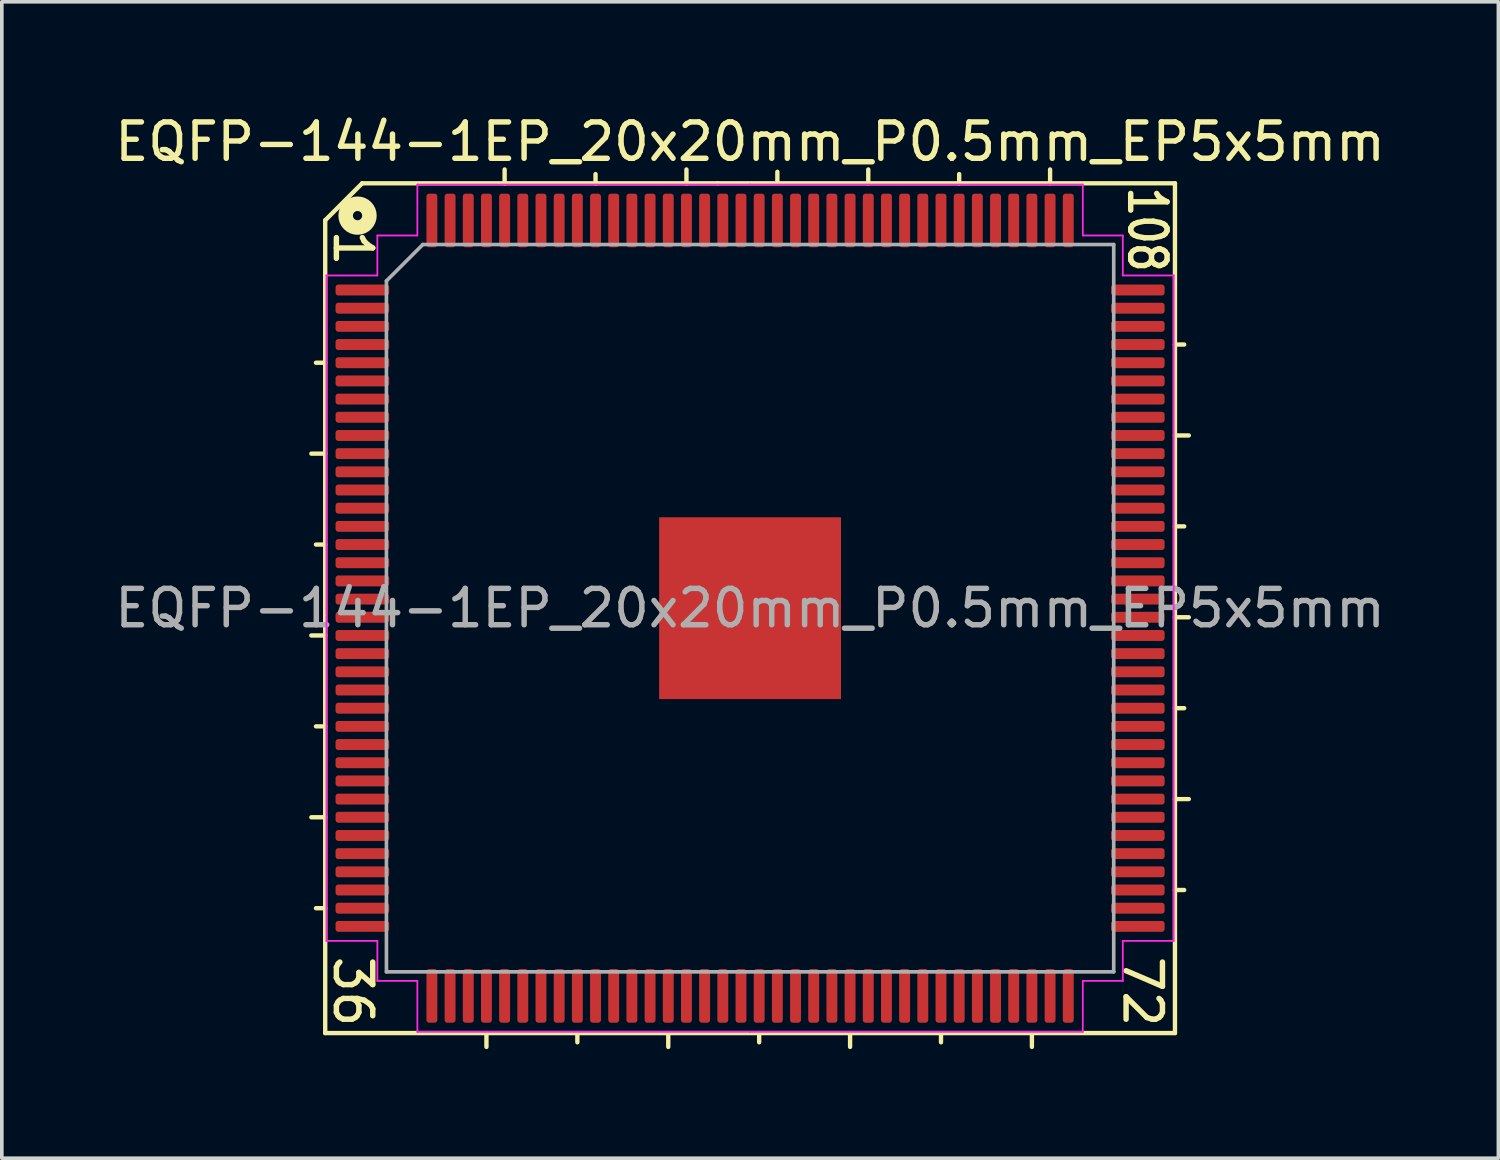
<source format=kicad_pcb>
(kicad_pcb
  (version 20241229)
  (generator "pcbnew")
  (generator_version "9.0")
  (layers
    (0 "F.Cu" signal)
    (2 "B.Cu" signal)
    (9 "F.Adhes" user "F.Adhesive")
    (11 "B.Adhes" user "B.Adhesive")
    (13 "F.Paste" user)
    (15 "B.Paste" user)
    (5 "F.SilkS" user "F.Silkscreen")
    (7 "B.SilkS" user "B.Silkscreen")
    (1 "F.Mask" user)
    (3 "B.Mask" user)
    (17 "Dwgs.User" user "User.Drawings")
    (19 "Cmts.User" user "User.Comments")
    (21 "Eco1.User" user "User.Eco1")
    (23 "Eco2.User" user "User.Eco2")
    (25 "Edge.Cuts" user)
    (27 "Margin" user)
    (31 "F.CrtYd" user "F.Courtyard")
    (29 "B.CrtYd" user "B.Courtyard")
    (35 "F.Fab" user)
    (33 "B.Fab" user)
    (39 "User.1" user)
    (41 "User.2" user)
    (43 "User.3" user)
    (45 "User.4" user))
  (footprint "EQFP-144-1EP_20x20mm_P0.5mm_EP5x5mm"
    (layer "F.Cu")
    (at 17.577 13.675)
    (property "Reference" "EQFP-144-1EP_20x20mm_P0.5mm_EP5x5mm" (at 0 -12.827 0) (layer "F.SilkS") (effects (font (size 1 1) (thickness 0.15))))
    (attr smd)
    (fp_line (start -11.684 -10.668) (end -11.684 11.684) (stroke (width 0.12) (type solid)) (layer "F.SilkS"))
    (fp_line (start -11.684 -6.75) (end -11.938 -6.75) (stroke (width 0.12) (type solid)) (layer "F.SilkS"))
    (fp_line (start -11.684 -4.25) (end -12.065 -4.25) (stroke (width 0.12) (type solid)) (layer "F.SilkS"))
    (fp_line (start -11.684 -1.75) (end -11.938 -1.75) (stroke (width 0.12) (type solid)) (layer "F.SilkS"))
    (fp_line (start -11.684 0.75) (end -12.065 0.75) (stroke (width 0.12) (type solid)) (layer "F.SilkS"))
    (fp_line (start -11.684 3.25) (end -11.938 3.25) (stroke (width 0.12) (type solid)) (layer "F.SilkS"))
    (fp_line (start -11.684 5.75) (end -12.065 5.75) (stroke (width 0.12) (type solid)) (layer "F.SilkS"))
    (fp_line (start -11.684 8.25) (end -11.938 8.25) (stroke (width 0.12) (type solid)) (layer "F.SilkS"))
    (fp_line (start -11.684 11.684) (end 11.684 11.684) (stroke (width 0.12) (type solid)) (layer "F.SilkS"))
    (fp_line (start -10.668 -11.684) (end -11.684 -10.668) (stroke (width 0.12) (type solid)) (layer "F.SilkS"))
    (fp_line (start -7.25 11.684) (end -7.25 12.065) (stroke (width 0.12) (type solid)) (layer "F.SilkS"))
    (fp_line (start -6.75 -11.684) (end -6.75 -12.065) (stroke (width 0.12) (type solid)) (layer "F.SilkS"))
    (fp_line (start -4.75 11.684) (end -4.75 11.938) (stroke (width 0.12) (type solid)) (layer "F.SilkS"))
    (fp_line (start -4.25 -11.684) (end -4.25 -11.938) (stroke (width 0.12) (type solid)) (layer "F.SilkS"))
    (fp_line (start -2.25 11.684) (end -2.25 12.065) (stroke (width 0.12) (type solid)) (layer "F.SilkS"))
    (fp_line (start -1.75 -11.684) (end -1.75 -12.065) (stroke (width 0.12) (type solid)) (layer "F.SilkS"))
    (fp_line (start -0.889 -11.684) (end -10.668 -11.684) (stroke (width 0.12) (type solid)) (layer "F.SilkS"))
    (fp_line (start 0.25 11.684) (end 0.25 11.938) (stroke (width 0.12) (type solid)) (layer "F.SilkS"))
    (fp_line (start 0.75 -11.75) (end 0.75 -12) (stroke (width 0.12) (type solid)) (layer "F.SilkS"))
    (fp_line (start 2.75 11.684) (end 2.75 12.065) (stroke (width 0.12) (type solid)) (layer "F.SilkS"))
    (fp_line (start 3.25 -11.684) (end 3.25 -12.065) (stroke (width 0.12) (type solid)) (layer "F.SilkS"))
    (fp_line (start 5.25 11.684) (end 5.25 11.938) (stroke (width 0.12) (type solid)) (layer "F.SilkS"))
    (fp_line (start 5.75 -11.684) (end 5.75 -11.938) (stroke (width 0.12) (type solid)) (layer "F.SilkS"))
    (fp_line (start 7.75 11.684) (end 7.75 12.065) (stroke (width 0.12) (type solid)) (layer "F.SilkS"))
    (fp_line (start 8.25 -11.684) (end 8.25 -12.065) (stroke (width 0.12) (type solid)) (layer "F.SilkS"))
    (fp_line (start 11.684 -11.684) (end -0.889 -11.684) (stroke (width 0.12) (type solid)) (layer "F.SilkS"))
    (fp_line (start 11.684 -7.25) (end 11.938 -7.25) (stroke (width 0.12) (type solid)) (layer "F.SilkS"))
    (fp_line (start 11.684 -4.75) (end 12.065 -4.75) (stroke (width 0.12) (type solid)) (layer "F.SilkS"))
    (fp_line (start 11.684 -2.25) (end 11.938 -2.25) (stroke (width 0.12) (type solid)) (layer "F.SilkS"))
    (fp_line (start 11.684 0.25) (end 12.065 0.25) (stroke (width 0.12) (type solid)) (layer "F.SilkS"))
    (fp_line (start 11.684 2.75) (end 11.938 2.75) (stroke (width 0.12) (type solid)) (layer "F.SilkS"))
    (fp_line (start 11.684 5.25) (end 12.065 5.25) (stroke (width 0.12) (type solid)) (layer "F.SilkS"))
    (fp_line (start 11.684 7.75) (end 11.938 7.75) (stroke (width 0.12) (type solid)) (layer "F.SilkS"))
    (fp_line (start 11.684 11.684) (end 11.684 -11.684) (stroke (width 0.12) (type solid)) (layer "F.SilkS"))
    (fp_circle (center -10.795 -10.795) (end -10.668 -10.795) (stroke (width 0.4) (type solid)) (fill no) (layer "F.SilkS"))
    (fp_line (start -11.65 -9.15) (end -11.65 0) (stroke (width 0.05) (type solid)) (layer "F.CrtYd"))
    (fp_line (start -11.65 9.15) (end -11.65 0) (stroke (width 0.05) (type solid)) (layer "F.CrtYd"))
    (fp_line (start -10.25 -10.25) (end -10.25 -9.15) (stroke (width 0.05) (type solid)) (layer "F.CrtYd"))
    (fp_line (start -10.25 -9.15) (end -11.65 -9.15) (stroke (width 0.05) (type solid)) (layer "F.CrtYd"))
    (fp_line (start -10.25 9.15) (end -11.65 9.15) (stroke (width 0.05) (type solid)) (layer "F.CrtYd"))
    (fp_line (start -10.25 10.25) (end -10.25 9.15) (stroke (width 0.05) (type solid)) (layer "F.CrtYd"))
    (fp_line (start -9.15 -11.65) (end -9.15 -10.25) (stroke (width 0.05) (type solid)) (layer "F.CrtYd"))
    (fp_line (start -9.15 -10.25) (end -10.25 -10.25) (stroke (width 0.05) (type solid)) (layer "F.CrtYd"))
    (fp_line (start -9.15 10.25) (end -10.25 10.25) (stroke (width 0.05) (type solid)) (layer "F.CrtYd"))
    (fp_line (start -9.15 11.65) (end -9.15 10.25) (stroke (width 0.05) (type solid)) (layer "F.CrtYd"))
    (fp_line (start 0 -11.65) (end -9.15 -11.65) (stroke (width 0.05) (type solid)) (layer "F.CrtYd"))
    (fp_line (start 0 -11.65) (end 9.15 -11.65) (stroke (width 0.05) (type solid)) (layer "F.CrtYd"))
    (fp_line (start 0 11.65) (end -9.15 11.65) (stroke (width 0.05) (type solid)) (layer "F.CrtYd"))
    (fp_line (start 0 11.65) (end 9.15 11.65) (stroke (width 0.05) (type solid)) (layer "F.CrtYd"))
    (fp_line (start 9.15 -11.65) (end 9.15 -10.25) (stroke (width 0.05) (type solid)) (layer "F.CrtYd"))
    (fp_line (start 9.15 -10.25) (end 10.25 -10.25) (stroke (width 0.05) (type solid)) (layer "F.CrtYd"))
    (fp_line (start 9.15 10.25) (end 10.25 10.25) (stroke (width 0.05) (type solid)) (layer "F.CrtYd"))
    (fp_line (start 9.15 11.65) (end 9.15 10.25) (stroke (width 0.05) (type solid)) (layer "F.CrtYd"))
    (fp_line (start 10.25 -10.25) (end 10.25 -9.15) (stroke (width 0.05) (type solid)) (layer "F.CrtYd"))
    (fp_line (start 10.25 -9.15) (end 11.65 -9.15) (stroke (width 0.05) (type solid)) (layer "F.CrtYd"))
    (fp_line (start 10.25 9.15) (end 11.65 9.15) (stroke (width 0.05) (type solid)) (layer "F.CrtYd"))
    (fp_line (start 10.25 10.25) (end 10.25 9.15) (stroke (width 0.05) (type solid)) (layer "F.CrtYd"))
    (fp_line (start 11.65 -9.15) (end 11.65 0) (stroke (width 0.05) (type solid)) (layer "F.CrtYd"))
    (fp_line (start 11.65 9.15) (end 11.65 0) (stroke (width 0.05) (type solid)) (layer "F.CrtYd"))
    (fp_line (start -10 -9) (end -9 -10) (stroke (width 0.1) (type solid)) (layer "F.Fab"))
    (fp_line (start -10 10) (end -10 -9) (stroke (width 0.1) (type solid)) (layer "F.Fab"))
    (fp_line (start -9 -10) (end 10 -10) (stroke (width 0.1) (type solid)) (layer "F.Fab"))
    (fp_line (start 10 -10) (end 10 10) (stroke (width 0.1) (type solid)) (layer "F.Fab"))
    (fp_line (start 10 10) (end -10 10) (stroke (width 0.1) (type solid)) (layer "F.Fab"))
    (fp_text user "1" (at -10.922 -9.906 270) (unlocked yes) (layer "F.SilkS") (effects (font (size 1 1) (thickness 0.15))))
    (fp_text user "36" (at -10.922 10.541 270) (unlocked yes) (layer "F.SilkS") (effects (font (size 1 1) (thickness 0.15))))
    (fp_text user "72" (at 10.795 10.541 270) (unlocked yes) (layer "F.SilkS") (effects (font (size 1 1) (thickness 0.15))))
    (fp_text user "108" (at 10.922 -10.414 270) (unlocked yes) (layer "F.SilkS") (effects (font (size 1 0.8) (thickness 0.15))))
    (fp_text user "${REFERENCE}" (at 0 0 0) (layer "F.Fab") (effects (font (size 1 1) (thickness 0.15))))
    (pad "" smd roundrect (at -1.875 -1.875) (size 1.01 1.01) (layers "F.Paste") (roundrect_rratio 0.248))
    (pad "" smd roundrect (at -1.875 -0.625) (size 1.01 1.01) (layers "F.Paste") (roundrect_rratio 0.248))
    (pad "" smd roundrect (at -1.875 0.625) (size 1.01 1.01) (layers "F.Paste") (roundrect_rratio 0.248))
    (pad "" smd roundrect (at -1.875 1.875) (size 1.01 1.01) (layers "F.Paste") (roundrect_rratio 0.248))
    (pad "" smd roundrect (at -0.625 -1.875) (size 1.01 1.01) (layers "F.Paste") (roundrect_rratio 0.248))
    (pad "" smd roundrect (at -0.625 -0.625) (size 1.01 1.01) (layers "F.Paste") (roundrect_rratio 0.248))
    (pad "" smd roundrect (at -0.625 0.625) (size 1.01 1.01) (layers "F.Paste") (roundrect_rratio 0.248))
    (pad "" smd roundrect (at -0.625 1.875) (size 1.01 1.01) (layers "F.Paste") (roundrect_rratio 0.248))
    (pad "" smd roundrect (at 0.625 -1.875) (size 1.01 1.01) (layers "F.Paste") (roundrect_rratio 0.248))
    (pad "" smd roundrect (at 0.625 -0.625) (size 1.01 1.01) (layers "F.Paste") (roundrect_rratio 0.248))
    (pad "" smd roundrect (at 0.625 0.625) (size 1.01 1.01) (layers "F.Paste") (roundrect_rratio 0.248))
    (pad "" smd roundrect (at 0.625 1.875) (size 1.01 1.01) (layers "F.Paste") (roundrect_rratio 0.248))
    (pad "" smd roundrect (at 1.875 -1.875) (size 1.01 1.01) (layers "F.Paste") (roundrect_rratio 0.248))
    (pad "" smd roundrect (at 1.875 -0.625) (size 1.01 1.01) (layers "F.Paste") (roundrect_rratio 0.248))
    (pad "" smd roundrect (at 1.875 0.625) (size 1.01 1.01) (layers "F.Paste") (roundrect_rratio 0.248))
    (pad "" smd roundrect (at 1.875 1.875) (size 1.01 1.01) (layers "F.Paste") (roundrect_rratio 0.248))
    (pad "1" smd roundrect (at -10.662 -8.75) (size 1.475 0.3) (layers "F.Cu" "F.Mask" "F.Paste") (roundrect_rratio 0.25))
    (pad "2" smd roundrect (at -10.662 -8.25) (size 1.475 0.3) (layers "F.Cu" "F.Mask" "F.Paste") (roundrect_rratio 0.25))
    (pad "3" smd roundrect (at -10.662 -7.75) (size 1.475 0.3) (layers "F.Cu" "F.Mask" "F.Paste") (roundrect_rratio 0.25))
    (pad "4" smd roundrect (at -10.662 -7.25) (size 1.475 0.3) (layers "F.Cu" "F.Mask" "F.Paste") (roundrect_rratio 0.25))
    (pad "5" smd roundrect (at -10.662 -6.75) (size 1.475 0.3) (layers "F.Cu" "F.Mask" "F.Paste") (roundrect_rratio 0.25))
    (pad "6" smd roundrect (at -10.662 -6.25) (size 1.475 0.3) (layers "F.Cu" "F.Mask" "F.Paste") (roundrect_rratio 0.25))
    (pad "7" smd roundrect (at -10.662 -5.75) (size 1.475 0.3) (layers "F.Cu" "F.Mask" "F.Paste") (roundrect_rratio 0.25))
    (pad "8" smd roundrect (at -10.662 -5.25) (size 1.475 0.3) (layers "F.Cu" "F.Mask" "F.Paste") (roundrect_rratio 0.25))
    (pad "9" smd roundrect (at -10.662 -4.75) (size 1.475 0.3) (layers "F.Cu" "F.Mask" "F.Paste") (roundrect_rratio 0.25))
    (pad "10" smd roundrect (at -10.662 -4.25) (size 1.475 0.3) (layers "F.Cu" "F.Mask" "F.Paste") (roundrect_rratio 0.25))
    (pad "11" smd roundrect (at -10.662 -3.75) (size 1.475 0.3) (layers "F.Cu" "F.Mask" "F.Paste") (roundrect_rratio 0.25))
    (pad "12" smd roundrect (at -10.662 -3.25) (size 1.475 0.3) (layers "F.Cu" "F.Mask" "F.Paste") (roundrect_rratio 0.25))
    (pad "13" smd roundrect (at -10.662 -2.75) (size 1.475 0.3) (layers "F.Cu" "F.Mask" "F.Paste") (roundrect_rratio 0.25))
    (pad "14" smd roundrect (at -10.662 -2.25) (size 1.475 0.3) (layers "F.Cu" "F.Mask" "F.Paste") (roundrect_rratio 0.25))
    (pad "15" smd roundrect (at -10.662 -1.75) (size 1.475 0.3) (layers "F.Cu" "F.Mask" "F.Paste") (roundrect_rratio 0.25))
    (pad "16" smd roundrect (at -10.662 -1.25) (size 1.475 0.3) (layers "F.Cu" "F.Mask" "F.Paste") (roundrect_rratio 0.25))
    (pad "17" smd roundrect (at -10.662 -0.75) (size 1.475 0.3) (layers "F.Cu" "F.Mask" "F.Paste") (roundrect_rratio 0.25))
    (pad "18" smd roundrect (at -10.662 -0.25) (size 1.475 0.3) (layers "F.Cu" "F.Mask" "F.Paste") (roundrect_rratio 0.25))
    (pad "19" smd roundrect (at -10.662 0.25) (size 1.475 0.3) (layers "F.Cu" "F.Mask" "F.Paste") (roundrect_rratio 0.25))
    (pad "20" smd roundrect (at -10.662 0.75) (size 1.475 0.3) (layers "F.Cu" "F.Mask" "F.Paste") (roundrect_rratio 0.25))
    (pad "21" smd roundrect (at -10.662 1.25) (size 1.475 0.3) (layers "F.Cu" "F.Mask" "F.Paste") (roundrect_rratio 0.25))
    (pad "22" smd roundrect (at -10.662 1.75) (size 1.475 0.3) (layers "F.Cu" "F.Mask" "F.Paste") (roundrect_rratio 0.25))
    (pad "23" smd roundrect (at -10.662 2.25) (size 1.475 0.3) (layers "F.Cu" "F.Mask" "F.Paste") (roundrect_rratio 0.25))
    (pad "24" smd roundrect (at -10.662 2.75) (size 1.475 0.3) (layers "F.Cu" "F.Mask" "F.Paste") (roundrect_rratio 0.25))
    (pad "25" smd roundrect (at -10.662 3.25) (size 1.475 0.3) (layers "F.Cu" "F.Mask" "F.Paste") (roundrect_rratio 0.25))
    (pad "26" smd roundrect (at -10.662 3.75) (size 1.475 0.3) (layers "F.Cu" "F.Mask" "F.Paste") (roundrect_rratio 0.25))
    (pad "27" smd roundrect (at -10.662 4.25) (size 1.475 0.3) (layers "F.Cu" "F.Mask" "F.Paste") (roundrect_rratio 0.25))
    (pad "28" smd roundrect (at -10.662 4.75) (size 1.475 0.3) (layers "F.Cu" "F.Mask" "F.Paste") (roundrect_rratio 0.25))
    (pad "29" smd roundrect (at -10.662 5.25) (size 1.475 0.3) (layers "F.Cu" "F.Mask" "F.Paste") (roundrect_rratio 0.25))
    (pad "30" smd roundrect (at -10.662 5.75) (size 1.475 0.3) (layers "F.Cu" "F.Mask" "F.Paste") (roundrect_rratio 0.25))
    (pad "31" smd roundrect (at -10.662 6.25) (size 1.475 0.3) (layers "F.Cu" "F.Mask" "F.Paste") (roundrect_rratio 0.25))
    (pad "32" smd roundrect (at -10.662 6.75) (size 1.475 0.3) (layers "F.Cu" "F.Mask" "F.Paste") (roundrect_rratio 0.25))
    (pad "33" smd roundrect (at -10.662 7.25) (size 1.475 0.3) (layers "F.Cu" "F.Mask" "F.Paste") (roundrect_rratio 0.25))
    (pad "34" smd roundrect (at -10.662 7.75) (size 1.475 0.3) (layers "F.Cu" "F.Mask" "F.Paste") (roundrect_rratio 0.25))
    (pad "35" smd roundrect (at -10.662 8.25) (size 1.475 0.3) (layers "F.Cu" "F.Mask" "F.Paste") (roundrect_rratio 0.25))
    (pad "36" smd roundrect (at -10.662 8.75) (size 1.475 0.3) (layers "F.Cu" "F.Mask" "F.Paste") (roundrect_rratio 0.25))
    (pad "37" smd roundrect (at -8.75 10.662) (size 0.3 1.475) (layers "F.Cu" "F.Mask" "F.Paste") (roundrect_rratio 0.25))
    (pad "38" smd roundrect (at -8.25 10.662) (size 0.3 1.475) (layers "F.Cu" "F.Mask" "F.Paste") (roundrect_rratio 0.25))
    (pad "39" smd roundrect (at -7.75 10.662) (size 0.3 1.475) (layers "F.Cu" "F.Mask" "F.Paste") (roundrect_rratio 0.25))
    (pad "40" smd roundrect (at -7.25 10.662) (size 0.3 1.475) (layers "F.Cu" "F.Mask" "F.Paste") (roundrect_rratio 0.25))
    (pad "41" smd roundrect (at -6.75 10.662) (size 0.3 1.475) (layers "F.Cu" "F.Mask" "F.Paste") (roundrect_rratio 0.25))
    (pad "42" smd roundrect (at -6.25 10.662) (size 0.3 1.475) (layers "F.Cu" "F.Mask" "F.Paste") (roundrect_rratio 0.25))
    (pad "43" smd roundrect (at -5.75 10.662) (size 0.3 1.475) (layers "F.Cu" "F.Mask" "F.Paste") (roundrect_rratio 0.25))
    (pad "44" smd roundrect (at -5.25 10.662) (size 0.3 1.475) (layers "F.Cu" "F.Mask" "F.Paste") (roundrect_rratio 0.25))
    (pad "45" smd roundrect (at -4.75 10.662) (size 0.3 1.475) (layers "F.Cu" "F.Mask" "F.Paste") (roundrect_rratio 0.25))
    (pad "46" smd roundrect (at -4.25 10.662) (size 0.3 1.475) (layers "F.Cu" "F.Mask" "F.Paste") (roundrect_rratio 0.25))
    (pad "47" smd roundrect (at -3.75 10.662) (size 0.3 1.475) (layers "F.Cu" "F.Mask" "F.Paste") (roundrect_rratio 0.25))
    (pad "48" smd roundrect (at -3.25 10.662) (size 0.3 1.475) (layers "F.Cu" "F.Mask" "F.Paste") (roundrect_rratio 0.25))
    (pad "49" smd roundrect (at -2.75 10.662) (size 0.3 1.475) (layers "F.Cu" "F.Mask" "F.Paste") (roundrect_rratio 0.25))
    (pad "50" smd roundrect (at -2.25 10.662) (size 0.3 1.475) (layers "F.Cu" "F.Mask" "F.Paste") (roundrect_rratio 0.25))
    (pad "51" smd roundrect (at -1.75 10.662) (size 0.3 1.475) (layers "F.Cu" "F.Mask" "F.Paste") (roundrect_rratio 0.25))
    (pad "52" smd roundrect (at -1.25 10.662) (size 0.3 1.475) (layers "F.Cu" "F.Mask" "F.Paste") (roundrect_rratio 0.25))
    (pad "53" smd roundrect (at -0.75 10.662) (size 0.3 1.475) (layers "F.Cu" "F.Mask" "F.Paste") (roundrect_rratio 0.25))
    (pad "54" smd roundrect (at -0.25 10.662) (size 0.3 1.475) (layers "F.Cu" "F.Mask" "F.Paste") (roundrect_rratio 0.25))
    (pad "55" smd roundrect (at 0.25 10.662) (size 0.3 1.475) (layers "F.Cu" "F.Mask" "F.Paste") (roundrect_rratio 0.25))
    (pad "56" smd roundrect (at 0.75 10.662) (size 0.3 1.475) (layers "F.Cu" "F.Mask" "F.Paste") (roundrect_rratio 0.25))
    (pad "57" smd roundrect (at 1.25 10.662) (size 0.3 1.475) (layers "F.Cu" "F.Mask" "F.Paste") (roundrect_rratio 0.25))
    (pad "58" smd roundrect (at 1.75 10.662) (size 0.3 1.475) (layers "F.Cu" "F.Mask" "F.Paste") (roundrect_rratio 0.25))
    (pad "59" smd roundrect (at 2.25 10.662) (size 0.3 1.475) (layers "F.Cu" "F.Mask" "F.Paste") (roundrect_rratio 0.25))
    (pad "60" smd roundrect (at 2.75 10.662) (size 0.3 1.475) (layers "F.Cu" "F.Mask" "F.Paste") (roundrect_rratio 0.25))
    (pad "61" smd roundrect (at 3.25 10.662) (size 0.3 1.475) (layers "F.Cu" "F.Mask" "F.Paste") (roundrect_rratio 0.25))
    (pad "62" smd roundrect (at 3.75 10.662) (size 0.3 1.475) (layers "F.Cu" "F.Mask" "F.Paste") (roundrect_rratio 0.25))
    (pad "63" smd roundrect (at 4.25 10.662) (size 0.3 1.475) (layers "F.Cu" "F.Mask" "F.Paste") (roundrect_rratio 0.25))
    (pad "64" smd roundrect (at 4.75 10.662) (size 0.3 1.475) (layers "F.Cu" "F.Mask" "F.Paste") (roundrect_rratio 0.25))
    (pad "65" smd roundrect (at 5.25 10.662) (size 0.3 1.475) (layers "F.Cu" "F.Mask" "F.Paste") (roundrect_rratio 0.25))
    (pad "66" smd roundrect (at 5.75 10.662) (size 0.3 1.475) (layers "F.Cu" "F.Mask" "F.Paste") (roundrect_rratio 0.25))
    (pad "67" smd roundrect (at 6.25 10.662) (size 0.3 1.475) (layers "F.Cu" "F.Mask" "F.Paste") (roundrect_rratio 0.25))
    (pad "68" smd roundrect (at 6.75 10.662) (size 0.3 1.475) (layers "F.Cu" "F.Mask" "F.Paste") (roundrect_rratio 0.25))
    (pad "69" smd roundrect (at 7.25 10.662) (size 0.3 1.475) (layers "F.Cu" "F.Mask" "F.Paste") (roundrect_rratio 0.25))
    (pad "70" smd roundrect (at 7.75 10.662) (size 0.3 1.475) (layers "F.Cu" "F.Mask" "F.Paste") (roundrect_rratio 0.25))
    (pad "71" smd roundrect (at 8.25 10.662) (size 0.3 1.475) (layers "F.Cu" "F.Mask" "F.Paste") (roundrect_rratio 0.25))
    (pad "72" smd roundrect (at 8.75 10.662) (size 0.3 1.475) (layers "F.Cu" "F.Mask" "F.Paste") (roundrect_rratio 0.25))
    (pad "73" smd roundrect (at 10.662 8.75) (size 1.475 0.3) (layers "F.Cu" "F.Mask" "F.Paste") (roundrect_rratio 0.25))
    (pad "74" smd roundrect (at 10.662 8.25) (size 1.475 0.3) (layers "F.Cu" "F.Mask" "F.Paste") (roundrect_rratio 0.25))
    (pad "75" smd roundrect (at 10.662 7.75) (size 1.475 0.3) (layers "F.Cu" "F.Mask" "F.Paste") (roundrect_rratio 0.25))
    (pad "76" smd roundrect (at 10.662 7.25) (size 1.475 0.3) (layers "F.Cu" "F.Mask" "F.Paste") (roundrect_rratio 0.25))
    (pad "77" smd roundrect (at 10.662 6.75) (size 1.475 0.3) (layers "F.Cu" "F.Mask" "F.Paste") (roundrect_rratio 0.25))
    (pad "78" smd roundrect (at 10.662 6.25) (size 1.475 0.3) (layers "F.Cu" "F.Mask" "F.Paste") (roundrect_rratio 0.25))
    (pad "79" smd roundrect (at 10.662 5.75) (size 1.475 0.3) (layers "F.Cu" "F.Mask" "F.Paste") (roundrect_rratio 0.25))
    (pad "80" smd roundrect (at 10.662 5.25) (size 1.475 0.3) (layers "F.Cu" "F.Mask" "F.Paste") (roundrect_rratio 0.25))
    (pad "81" smd roundrect (at 10.662 4.75) (size 1.475 0.3) (layers "F.Cu" "F.Mask" "F.Paste") (roundrect_rratio 0.25))
    (pad "82" smd roundrect (at 10.662 4.25) (size 1.475 0.3) (layers "F.Cu" "F.Mask" "F.Paste") (roundrect_rratio 0.25))
    (pad "83" smd roundrect (at 10.662 3.75) (size 1.475 0.3) (layers "F.Cu" "F.Mask" "F.Paste") (roundrect_rratio 0.25))
    (pad "84" smd roundrect (at 10.662 3.25) (size 1.475 0.3) (layers "F.Cu" "F.Mask" "F.Paste") (roundrect_rratio 0.25))
    (pad "85" smd roundrect (at 10.662 2.75) (size 1.475 0.3) (layers "F.Cu" "F.Mask" "F.Paste") (roundrect_rratio 0.25))
    (pad "86" smd roundrect (at 10.662 2.25) (size 1.475 0.3) (layers "F.Cu" "F.Mask" "F.Paste") (roundrect_rratio 0.25))
    (pad "87" smd roundrect (at 10.662 1.75) (size 1.475 0.3) (layers "F.Cu" "F.Mask" "F.Paste") (roundrect_rratio 0.25))
    (pad "88" smd roundrect (at 10.662 1.25) (size 1.475 0.3) (layers "F.Cu" "F.Mask" "F.Paste") (roundrect_rratio 0.25))
    (pad "89" smd roundrect (at 10.662 0.75) (size 1.475 0.3) (layers "F.Cu" "F.Mask" "F.Paste") (roundrect_rratio 0.25))
    (pad "90" smd roundrect (at 10.662 0.25) (size 1.475 0.3) (layers "F.Cu" "F.Mask" "F.Paste") (roundrect_rratio 0.25))
    (pad "91" smd roundrect (at 10.662 -0.25) (size 1.475 0.3) (layers "F.Cu" "F.Mask" "F.Paste") (roundrect_rratio 0.25))
    (pad "92" smd roundrect (at 10.662 -0.75) (size 1.475 0.3) (layers "F.Cu" "F.Mask" "F.Paste") (roundrect_rratio 0.25))
    (pad "93" smd roundrect (at 10.662 -1.25) (size 1.475 0.3) (layers "F.Cu" "F.Mask" "F.Paste") (roundrect_rratio 0.25))
    (pad "94" smd roundrect (at 10.662 -1.75) (size 1.475 0.3) (layers "F.Cu" "F.Mask" "F.Paste") (roundrect_rratio 0.25))
    (pad "95" smd roundrect (at 10.662 -2.25) (size 1.475 0.3) (layers "F.Cu" "F.Mask" "F.Paste") (roundrect_rratio 0.25))
    (pad "96" smd roundrect (at 10.662 -2.75) (size 1.475 0.3) (layers "F.Cu" "F.Mask" "F.Paste") (roundrect_rratio 0.25))
    (pad "97" smd roundrect (at 10.662 -3.25) (size 1.475 0.3) (layers "F.Cu" "F.Mask" "F.Paste") (roundrect_rratio 0.25))
    (pad "98" smd roundrect (at 10.662 -3.75) (size 1.475 0.3) (layers "F.Cu" "F.Mask" "F.Paste") (roundrect_rratio 0.25))
    (pad "99" smd roundrect (at 10.662 -4.25) (size 1.475 0.3) (layers "F.Cu" "F.Mask" "F.Paste") (roundrect_rratio 0.25))
    (pad "100" smd roundrect (at 10.662 -4.75) (size 1.475 0.3) (layers "F.Cu" "F.Mask" "F.Paste") (roundrect_rratio 0.25))
    (pad "101" smd roundrect (at 10.662 -5.25) (size 1.475 0.3) (layers "F.Cu" "F.Mask" "F.Paste") (roundrect_rratio 0.25))
    (pad "102" smd roundrect (at 10.662 -5.75) (size 1.475 0.3) (layers "F.Cu" "F.Mask" "F.Paste") (roundrect_rratio 0.25))
    (pad "103" smd roundrect (at 10.662 -6.25) (size 1.475 0.3) (layers "F.Cu" "F.Mask" "F.Paste") (roundrect_rratio 0.25))
    (pad "104" smd roundrect (at 10.662 -6.75) (size 1.475 0.3) (layers "F.Cu" "F.Mask" "F.Paste") (roundrect_rratio 0.25))
    (pad "105" smd roundrect (at 10.662 -7.25) (size 1.475 0.3) (layers "F.Cu" "F.Mask" "F.Paste") (roundrect_rratio 0.25))
    (pad "106" smd roundrect (at 10.662 -7.75) (size 1.475 0.3) (layers "F.Cu" "F.Mask" "F.Paste") (roundrect_rratio 0.25))
    (pad "107" smd roundrect (at 10.662 -8.25) (size 1.475 0.3) (layers "F.Cu" "F.Mask" "F.Paste") (roundrect_rratio 0.25))
    (pad "108" smd roundrect (at 10.662 -8.75) (size 1.475 0.3) (layers "F.Cu" "F.Mask" "F.Paste") (roundrect_rratio 0.25))
    (pad "109" smd roundrect (at 8.75 -10.662) (size 0.3 1.475) (layers "F.Cu" "F.Mask" "F.Paste") (roundrect_rratio 0.25))
    (pad "110" smd roundrect (at 8.25 -10.662) (size 0.3 1.475) (layers "F.Cu" "F.Mask" "F.Paste") (roundrect_rratio 0.25))
    (pad "111" smd roundrect (at 7.75 -10.662) (size 0.3 1.475) (layers "F.Cu" "F.Mask" "F.Paste") (roundrect_rratio 0.25))
    (pad "112" smd roundrect (at 7.25 -10.662) (size 0.3 1.475) (layers "F.Cu" "F.Mask" "F.Paste") (roundrect_rratio 0.25))
    (pad "113" smd roundrect (at 6.75 -10.662) (size 0.3 1.475) (layers "F.Cu" "F.Mask" "F.Paste") (roundrect_rratio 0.25))
    (pad "114" smd roundrect (at 6.25 -10.662) (size 0.3 1.475) (layers "F.Cu" "F.Mask" "F.Paste") (roundrect_rratio 0.25))
    (pad "115" smd roundrect (at 5.75 -10.662) (size 0.3 1.475) (layers "F.Cu" "F.Mask" "F.Paste") (roundrect_rratio 0.25))
    (pad "116" smd roundrect (at 5.25 -10.662) (size 0.3 1.475) (layers "F.Cu" "F.Mask" "F.Paste") (roundrect_rratio 0.25))
    (pad "117" smd roundrect (at 4.75 -10.662) (size 0.3 1.475) (layers "F.Cu" "F.Mask" "F.Paste") (roundrect_rratio 0.25))
    (pad "118" smd roundrect (at 4.25 -10.662) (size 0.3 1.475) (layers "F.Cu" "F.Mask" "F.Paste") (roundrect_rratio 0.25))
    (pad "119" smd roundrect (at 3.75 -10.662) (size 0.3 1.475) (layers "F.Cu" "F.Mask" "F.Paste") (roundrect_rratio 0.25))
    (pad "120" smd roundrect (at 3.25 -10.662) (size 0.3 1.475) (layers "F.Cu" "F.Mask" "F.Paste") (roundrect_rratio 0.25))
    (pad "121" smd roundrect (at 2.75 -10.662) (size 0.3 1.475) (layers "F.Cu" "F.Mask" "F.Paste") (roundrect_rratio 0.25))
    (pad "122" smd roundrect (at 2.25 -10.662) (size 0.3 1.475) (layers "F.Cu" "F.Mask" "F.Paste") (roundrect_rratio 0.25))
    (pad "123" smd roundrect (at 1.75 -10.662) (size 0.3 1.475) (layers "F.Cu" "F.Mask" "F.Paste") (roundrect_rratio 0.25))
    (pad "124" smd roundrect (at 1.25 -10.662) (size 0.3 1.475) (layers "F.Cu" "F.Mask" "F.Paste") (roundrect_rratio 0.25))
    (pad "125" smd roundrect (at 0.75 -10.662) (size 0.3 1.475) (layers "F.Cu" "F.Mask" "F.Paste") (roundrect_rratio 0.25))
    (pad "126" smd roundrect (at 0.25 -10.662) (size 0.3 1.475) (layers "F.Cu" "F.Mask" "F.Paste") (roundrect_rratio 0.25))
    (pad "127" smd roundrect (at -0.25 -10.662) (size 0.3 1.475) (layers "F.Cu" "F.Mask" "F.Paste") (roundrect_rratio 0.25))
    (pad "128" smd roundrect (at -0.75 -10.662) (size 0.3 1.475) (layers "F.Cu" "F.Mask" "F.Paste") (roundrect_rratio 0.25))
    (pad "129" smd roundrect (at -1.25 -10.662) (size 0.3 1.475) (layers "F.Cu" "F.Mask" "F.Paste") (roundrect_rratio 0.25))
    (pad "130" smd roundrect (at -1.75 -10.662) (size 0.3 1.475) (layers "F.Cu" "F.Mask" "F.Paste") (roundrect_rratio 0.25))
    (pad "131" smd roundrect (at -2.25 -10.662) (size 0.3 1.475) (layers "F.Cu" "F.Mask" "F.Paste") (roundrect_rratio 0.25))
    (pad "132" smd roundrect (at -2.75 -10.662) (size 0.3 1.475) (layers "F.Cu" "F.Mask" "F.Paste") (roundrect_rratio 0.25))
    (pad "133" smd roundrect (at -3.25 -10.662) (size 0.3 1.475) (layers "F.Cu" "F.Mask" "F.Paste") (roundrect_rratio 0.25))
    (pad "134" smd roundrect (at -3.75 -10.662) (size 0.3 1.475) (layers "F.Cu" "F.Mask" "F.Paste") (roundrect_rratio 0.25))
    (pad "135" smd roundrect (at -4.25 -10.662) (size 0.3 1.475) (layers "F.Cu" "F.Mask" "F.Paste") (roundrect_rratio 0.25))
    (pad "136" smd roundrect (at -4.75 -10.662) (size 0.3 1.475) (layers "F.Cu" "F.Mask" "F.Paste") (roundrect_rratio 0.25))
    (pad "137" smd roundrect (at -5.25 -10.662) (size 0.3 1.475) (layers "F.Cu" "F.Mask" "F.Paste") (roundrect_rratio 0.25))
    (pad "138" smd roundrect (at -5.75 -10.662) (size 0.3 1.475) (layers "F.Cu" "F.Mask" "F.Paste") (roundrect_rratio 0.25))
    (pad "139" smd roundrect (at -6.25 -10.662) (size 0.3 1.475) (layers "F.Cu" "F.Mask" "F.Paste") (roundrect_rratio 0.25))
    (pad "140" smd roundrect (at -6.75 -10.662) (size 0.3 1.475) (layers "F.Cu" "F.Mask" "F.Paste") (roundrect_rratio 0.25))
    (pad "141" smd roundrect (at -7.25 -10.662) (size 0.3 1.475) (layers "F.Cu" "F.Mask" "F.Paste") (roundrect_rratio 0.25))
    (pad "142" smd roundrect (at -7.75 -10.662) (size 0.3 1.475) (layers "F.Cu" "F.Mask" "F.Paste") (roundrect_rratio 0.25))
    (pad "143" smd roundrect (at -8.25 -10.662) (size 0.3 1.475) (layers "F.Cu" "F.Mask" "F.Paste") (roundrect_rratio 0.25))
    (pad "144" smd roundrect (at -8.75 -10.662) (size 0.3 1.475) (layers "F.Cu" "F.Mask" "F.Paste") (roundrect_rratio 0.25))
    (pad "145" smd rect (at 0 0) (size 5 5) (layers "F.Cu" "F.Mask")))
  (gr_rect
    (start -3 -3)
    (end 38.155 28.8)
    (stroke (width 0.1) (type default))
    (fill no)
    (layer "Edge.Cuts")))
</source>
